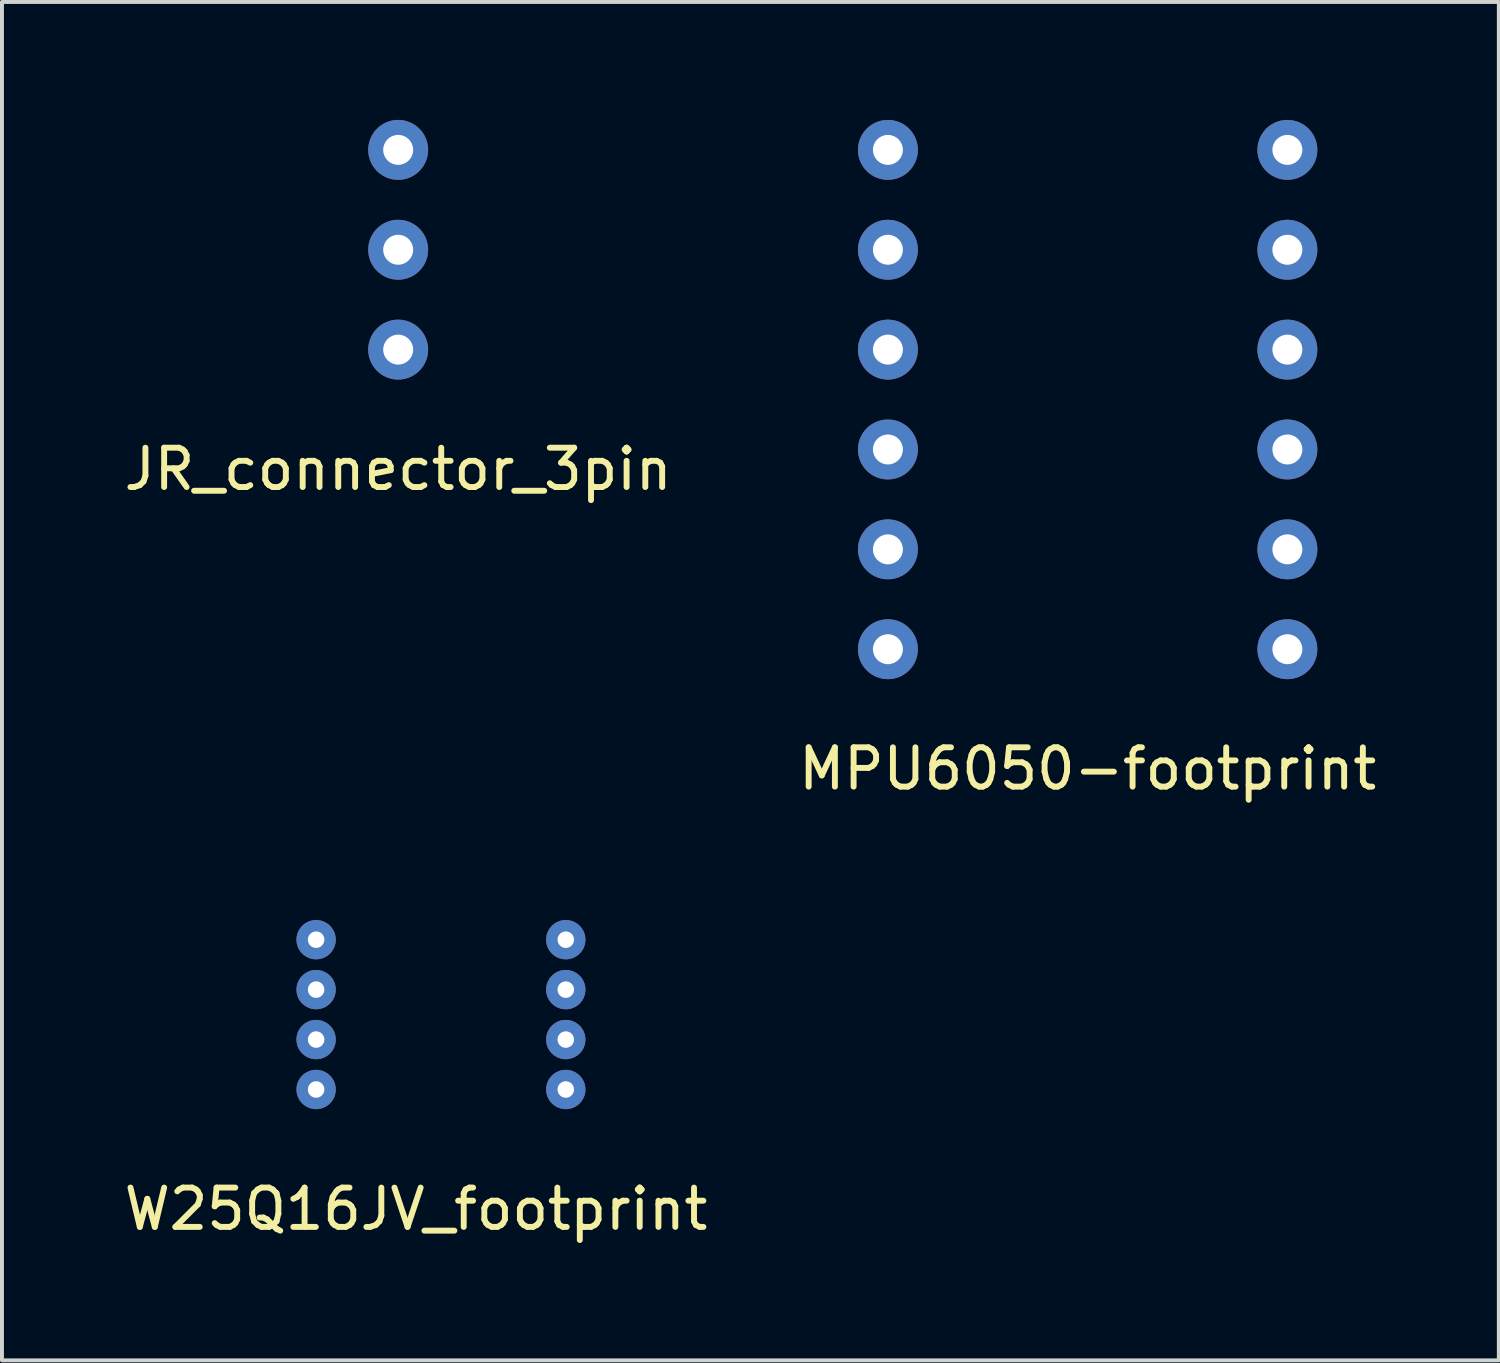
<source format=kicad_pcb>
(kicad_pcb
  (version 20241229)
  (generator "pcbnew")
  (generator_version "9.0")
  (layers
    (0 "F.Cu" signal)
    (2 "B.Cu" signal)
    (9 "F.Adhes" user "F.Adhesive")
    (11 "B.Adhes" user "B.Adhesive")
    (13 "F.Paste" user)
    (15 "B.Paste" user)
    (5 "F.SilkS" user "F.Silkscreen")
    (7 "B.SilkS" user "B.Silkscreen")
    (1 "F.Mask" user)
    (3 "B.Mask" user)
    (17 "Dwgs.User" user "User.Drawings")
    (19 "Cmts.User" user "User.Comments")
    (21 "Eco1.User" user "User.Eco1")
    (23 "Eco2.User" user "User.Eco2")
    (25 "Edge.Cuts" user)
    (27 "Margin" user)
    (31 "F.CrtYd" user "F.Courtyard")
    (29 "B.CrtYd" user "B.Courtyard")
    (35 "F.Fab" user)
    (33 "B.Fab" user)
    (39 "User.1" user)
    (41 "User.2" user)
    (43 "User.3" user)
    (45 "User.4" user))
  (footprint "MPU6050-footprint"
    (layer "F.Cu")
    (at 24.613 16.002)
    (property "Reference" "MPU6050-footprint" (at 0 0.5 0) (layer "F.SilkS") (effects (font (size 1 1) (thickness 0.15))))
    (attr through_hole)
    (pad "1" thru_hole circle (at -5.08 -2.54) (size 1.524 1.524) (drill 0.762) (layers "*.Cu" "*.Mask"))
    (pad "2" thru_hole circle (at -5.08 -5.08) (size 1.524 1.524) (drill 0.762) (layers "*.Cu" "*.Mask"))
    (pad "3" thru_hole circle (at -5.08 -7.62) (size 1.524 1.524) (drill 0.762) (layers "*.Cu" "*.Mask"))
    (pad "4" thru_hole circle (at -5.08 -10.16) (size 1.524 1.524) (drill 0.762) (layers "*.Cu" "*.Mask"))
    (pad "5" thru_hole circle (at -5.08 -12.7) (size 1.524 1.524) (drill 0.762) (layers "*.Cu" "*.Mask"))
    (pad "6" thru_hole circle (at -5.08 -15.24) (size 1.524 1.524) (drill 0.762) (layers "*.Cu" "*.Mask"))
    (pad "7" thru_hole circle (at 5.08 -2.54) (size 1.524 1.524) (drill 0.762) (layers "*.Cu" "*.Mask"))
    (pad "8" thru_hole circle (at 5.08 -5.08) (size 1.524 1.524) (drill 0.762) (layers "*.Cu" "*.Mask"))
    (pad "9" thru_hole circle (at 5.08 -7.62) (size 1.524 1.524) (drill 0.762) (layers "*.Cu" "*.Mask"))
    (pad "10" thru_hole circle (at 5.08 -10.16) (size 1.524 1.524) (drill 0.762) (layers "*.Cu" "*.Mask"))
    (pad "11" thru_hole circle (at 5.08 -12.7) (size 1.524 1.524) (drill 0.762) (layers "*.Cu" "*.Mask"))
    (pad "12" thru_hole circle (at 5.08 -15.24) (size 1.524 1.524) (drill 0.762) (layers "*.Cu" "*.Mask")))
  (footprint "W25Q16JV_footprint"
    (layer "F.Cu")
    (at 7.53 27.2)
    (property "Reference" "W25Q16JV_footprint" (at 0 0.5 0) (layer "F.SilkS") (effects (font (size 1 1) (thickness 0.15))))
    (attr through_hole)
    (pad "1" thru_hole circle (at -2.54 -2.54) (size 1 1) (drill 0.42) (layers "*.Cu" "*.Mask"))
    (pad "2" thru_hole circle (at -2.54 -3.81) (size 1 1) (drill 0.42) (layers "*.Cu" "*.Mask"))
    (pad "3" thru_hole circle (at -2.54 -5.08) (size 1 1) (drill 0.42) (layers "*.Cu" "*.Mask"))
    (pad "4" thru_hole circle (at -2.54 -6.35) (size 1 1) (drill 0.42) (layers "*.Cu" "*.Mask"))
    (pad "5" thru_hole circle (at 3.81 -2.54) (size 1 1) (drill 0.42) (layers "*.Cu" "*.Mask"))
    (pad "6" thru_hole circle (at 3.81 -3.81) (size 1 1) (drill 0.42) (layers "*.Cu" "*.Mask"))
    (pad "7" thru_hole circle (at 3.81 -5.08) (size 1 1) (drill 0.42) (layers "*.Cu" "*.Mask"))
    (pad "8" thru_hole circle (at 3.81 -6.35) (size 1 1) (drill 0.42) (layers "*.Cu" "*.Mask")))
  (footprint "JR_connector_3pin"
    (layer "F.Cu")
    (at 7.077 8.382)
    (property "Reference" "JR_connector_3pin" (at 0 0.5 0) (layer "F.SilkS") (effects (font (size 1 1) (thickness 0.15))))
    (attr through_hole)
    (pad "1" thru_hole circle (at 0 -2.54) (size 1.524 1.524) (drill 0.762) (layers "*.Cu" "*.Mask"))
    (pad "2" thru_hole circle (at 0 -5.08) (size 1.524 1.524) (drill 0.762) (layers "*.Cu" "*.Mask"))
    (pad "3" thru_hole circle (at 0 -7.62) (size 1.524 1.524) (drill 0.762) (layers "*.Cu" "*.Mask")))
  (gr_rect
    (start -3 -3)
    (end 35.071 31.549)
    (stroke (width 0.1) (type default))
    (fill no)
    (layer "Edge.Cuts")))
</source>
